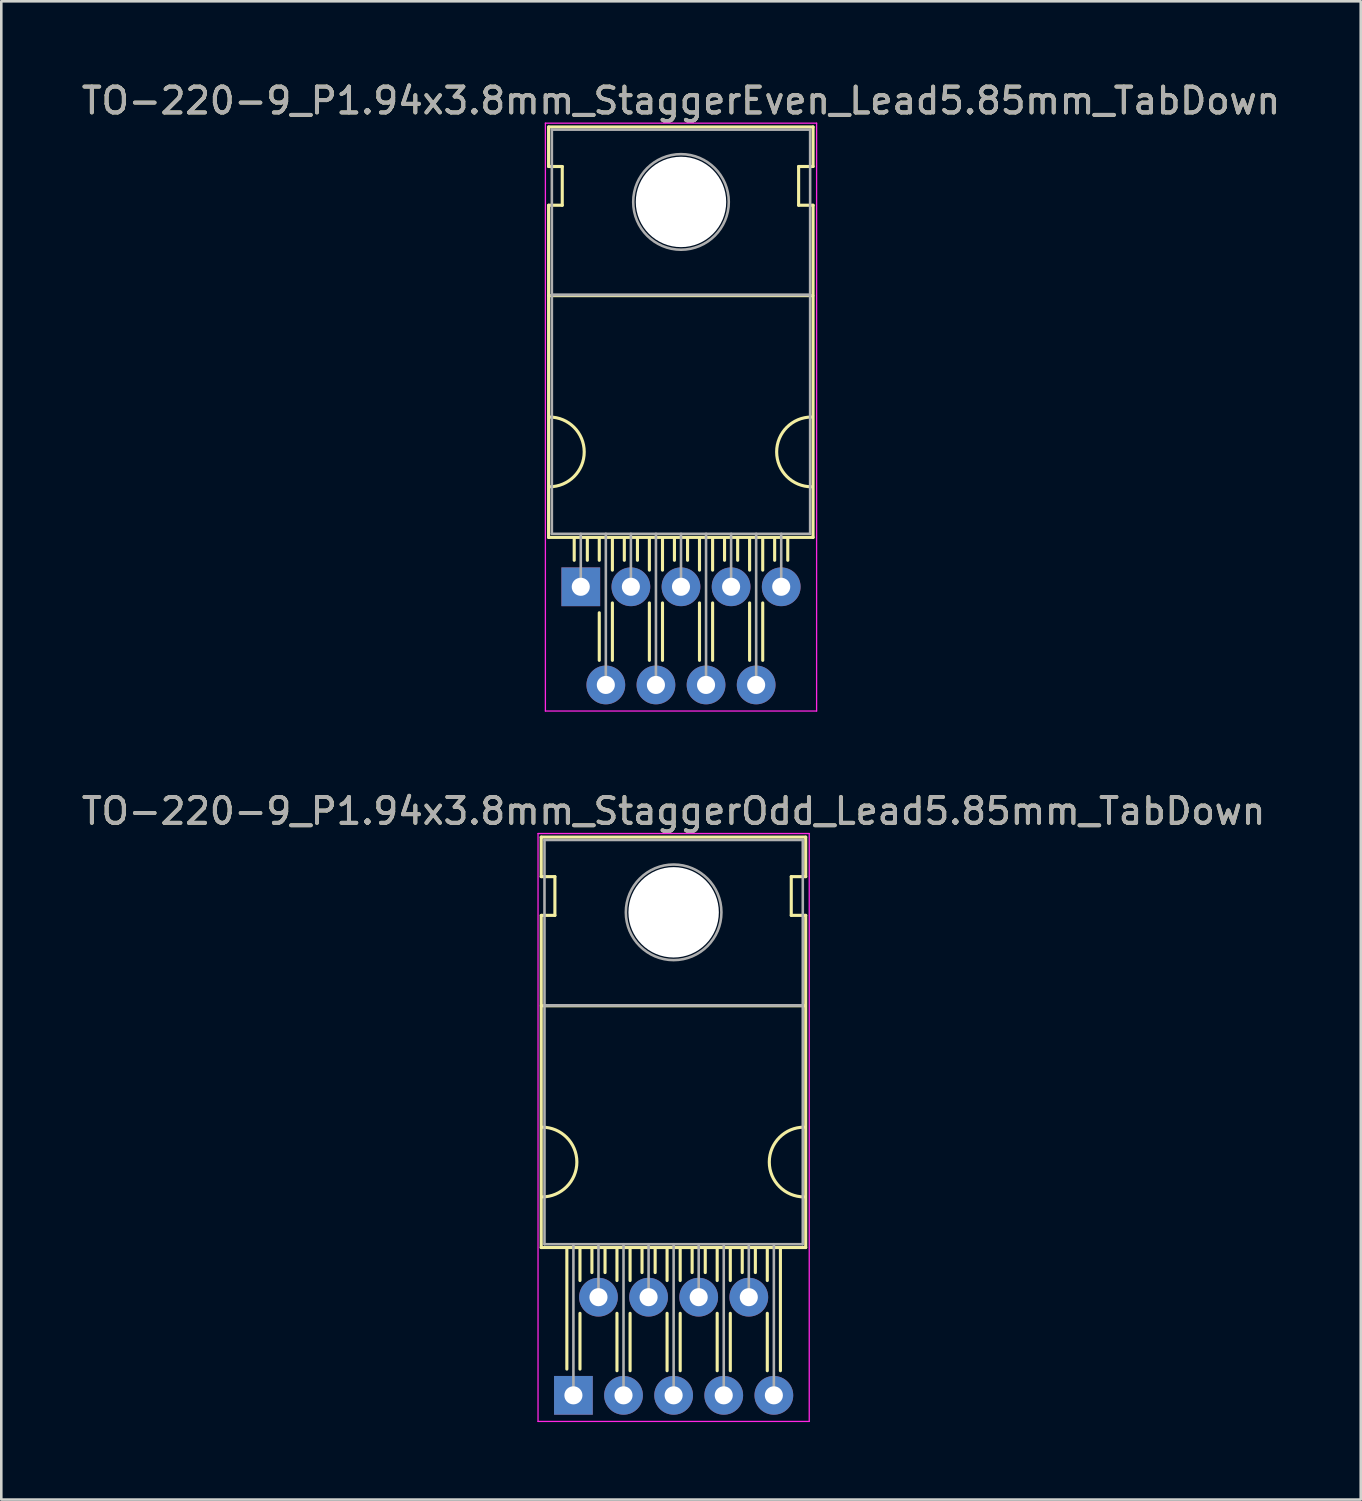
<source format=kicad_pcb>
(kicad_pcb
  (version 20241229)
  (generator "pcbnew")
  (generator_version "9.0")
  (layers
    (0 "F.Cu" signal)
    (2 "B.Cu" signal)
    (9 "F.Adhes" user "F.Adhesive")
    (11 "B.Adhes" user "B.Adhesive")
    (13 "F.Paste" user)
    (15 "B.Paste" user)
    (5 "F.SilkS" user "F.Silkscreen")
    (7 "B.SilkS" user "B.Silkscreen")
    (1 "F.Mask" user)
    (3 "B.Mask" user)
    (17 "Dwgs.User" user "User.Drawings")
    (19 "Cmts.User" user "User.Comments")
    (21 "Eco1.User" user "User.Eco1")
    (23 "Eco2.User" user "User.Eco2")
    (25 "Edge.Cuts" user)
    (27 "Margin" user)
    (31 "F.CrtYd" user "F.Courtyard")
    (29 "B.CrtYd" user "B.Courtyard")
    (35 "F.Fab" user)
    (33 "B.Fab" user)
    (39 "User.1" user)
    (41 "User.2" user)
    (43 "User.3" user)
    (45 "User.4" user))
  (footprint "TO-220-9_P1.94x3.8mm_StaggerOdd_Lead5.85mm_TabDown"
    (layer "F.Cu")
    (at 19.15 50.971)
    (property "Reference" "TO-220-9_P1.94x3.8mm_StaggerOdd_Lead5.85mm_TabDown" (at 3.88 -22.62 0) (layer "F.SilkS") (effects (font (size 1 1) (thickness 0.15))))
    (attr through_hole)
    (fp_line (start -1.246 -21.612) (end -1.246 -20.082) (stroke (width 0.12) (type solid)) (layer "F.SilkS"))
    (fp_line (start -1.246 -21.612) (end 8.993 -21.612) (stroke (width 0.12) (type solid)) (layer "F.SilkS"))
    (fp_line (start -1.246 -20.082) (end -0.717 -20.082) (stroke (width 0.12) (type solid)) (layer "F.SilkS"))
    (fp_line (start -1.246 -18.582) (end -1.246 -5.722) (stroke (width 0.12) (type solid)) (layer "F.SilkS"))
    (fp_line (start -1.246 -5.722) (end 8.993 -5.722) (stroke (width 0.12) (type solid)) (layer "F.SilkS"))
    (fp_line (start -1.242 -15.082) (end 8.983 -15.082) (stroke (width 0.12) (type solid)) (layer "F.SilkS"))
    (fp_line (start -0.717 -20.082) (end -0.717 -18.582) (stroke (width 0.12) (type solid)) (layer "F.SilkS"))
    (fp_line (start -0.717 -18.582) (end -1.242 -18.582) (stroke (width 0.12) (type solid)) (layer "F.SilkS"))
    (fp_line (start -0.254 -1.016) (end -0.254 -5.662) (stroke (width 0.12) (type solid)) (layer "F.SilkS"))
    (fp_line (start 0.254 -4.445) (end 0.254 -5.662) (stroke (width 0.12) (type solid)) (layer "F.SilkS"))
    (fp_line (start 0.254 -1.016) (end 0.254 -3.175) (stroke (width 0.12) (type solid)) (layer "F.SilkS"))
    (fp_line (start 0.716 -4.753) (end 0.716 -5.662) (stroke (width 0.12) (type solid)) (layer "F.SilkS"))
    (fp_line (start 1.224 -4.753) (end 1.224 -5.662) (stroke (width 0.12) (type solid)) (layer "F.SilkS"))
    (fp_line (start 1.686 -4.445) (end 1.686 -5.662) (stroke (width 0.12) (type solid)) (layer "F.SilkS"))
    (fp_line (start 1.686 -0.953) (end 1.686 -3.175) (stroke (width 0.12) (type solid)) (layer "F.SilkS"))
    (fp_line (start 2.194 -4.445) (end 2.194 -5.662) (stroke (width 0.12) (type solid)) (layer "F.SilkS"))
    (fp_line (start 2.194 -0.953) (end 2.194 -3.175) (stroke (width 0.12) (type solid)) (layer "F.SilkS"))
    (fp_line (start 2.656 -4.753) (end 2.656 -5.662) (stroke (width 0.12) (type solid)) (layer "F.SilkS"))
    (fp_line (start 3.164 -4.753) (end 3.164 -5.662) (stroke (width 0.12) (type solid)) (layer "F.SilkS"))
    (fp_line (start 3.626 -4.445) (end 3.626 -5.662) (stroke (width 0.12) (type solid)) (layer "F.SilkS"))
    (fp_line (start 3.626 -0.953) (end 3.626 -3.175) (stroke (width 0.12) (type solid)) (layer "F.SilkS"))
    (fp_line (start 4.134 -4.445) (end 4.134 -5.662) (stroke (width 0.12) (type solid)) (layer "F.SilkS"))
    (fp_line (start 4.134 -0.953) (end 4.134 -3.175) (stroke (width 0.12) (type solid)) (layer "F.SilkS"))
    (fp_line (start 4.596 -4.753) (end 4.596 -5.662) (stroke (width 0.12) (type solid)) (layer "F.SilkS"))
    (fp_line (start 5.104 -4.753) (end 5.104 -5.662) (stroke (width 0.12) (type solid)) (layer "F.SilkS"))
    (fp_line (start 5.566 -4.445) (end 5.566 -5.662) (stroke (width 0.12) (type solid)) (layer "F.SilkS"))
    (fp_line (start 5.566 -0.953) (end 5.566 -3.175) (stroke (width 0.12) (type solid)) (layer "F.SilkS"))
    (fp_line (start 6.074 -4.445) (end 6.074 -5.662) (stroke (width 0.12) (type solid)) (layer "F.SilkS"))
    (fp_line (start 6.074 -0.953) (end 6.074 -3.175) (stroke (width 0.12) (type solid)) (layer "F.SilkS"))
    (fp_line (start 6.536 -4.753) (end 6.536 -5.662) (stroke (width 0.12) (type solid)) (layer "F.SilkS"))
    (fp_line (start 7.044 -4.753) (end 7.044 -5.662) (stroke (width 0.12) (type solid)) (layer "F.SilkS"))
    (fp_line (start 7.506 -4.445) (end 7.506 -5.662) (stroke (width 0.12) (type solid)) (layer "F.SilkS"))
    (fp_line (start 7.506 -0.953) (end 7.506 -3.175) (stroke (width 0.12) (type solid)) (layer "F.SilkS"))
    (fp_line (start 8.014 -0.953) (end 8.014 -5.662) (stroke (width 0.12) (type solid)) (layer "F.SilkS"))
    (fp_line (start 8.434 -20.082) (end 8.993 -20.082) (stroke (width 0.12) (type solid)) (layer "F.SilkS"))
    (fp_line (start 8.434 -18.582) (end 8.434 -20.082) (stroke (width 0.12) (type solid)) (layer "F.SilkS"))
    (fp_line (start 8.993 -21.612) (end 8.993 -20.082) (stroke (width 0.12) (type solid)) (layer "F.SilkS"))
    (fp_line (start 8.993 -18.582) (end 8.434 -18.582) (stroke (width 0.12) (type solid)) (layer "F.SilkS"))
    (fp_line (start 8.993 -18.582) (end 8.993 -5.722) (stroke (width 0.12) (type solid)) (layer "F.SilkS"))
    (fp_arc (start -1.2165 -10.382) (mid 0.1335 -9.032) (end -1.2165 -7.682) (stroke (width 0.12) (type solid)) (layer "F.SilkS"))
    (fp_arc (start 8.9335 -7.682) (mid 7.5835 -9.032) (end 8.9335 -10.382) (stroke (width 0.12) (type solid)) (layer "F.SilkS"))
    (fp_line (start -1.37 -21.75) (end -1.37 1.01) (stroke (width 0.05) (type solid)) (layer "F.CrtYd"))
    (fp_line (start -1.37 1.01) (end 9.13 1.01) (stroke (width 0.05) (type solid)) (layer "F.CrtYd"))
    (fp_line (start 9.13 -21.75) (end -1.37 -21.75) (stroke (width 0.05) (type solid)) (layer "F.CrtYd"))
    (fp_line (start 9.13 1.01) (end 9.13 -21.75) (stroke (width 0.05) (type solid)) (layer "F.CrtYd"))
    (fp_line (start -1.12 -21.5) (end 8.88 -21.5) (stroke (width 0.1) (type solid)) (layer "F.Fab"))
    (fp_line (start -1.12 -15.1) (end -1.12 -21.5) (stroke (width 0.1) (type solid)) (layer "F.Fab"))
    (fp_line (start -1.12 -15.1) (end 8.88 -15.1) (stroke (width 0.1) (type solid)) (layer "F.Fab"))
    (fp_line (start -1.12 -5.85) (end -1.12 -15.1) (stroke (width 0.1) (type solid)) (layer "F.Fab"))
    (fp_line (start 0 -5.85) (end 0 0) (stroke (width 0.1) (type solid)) (layer "F.Fab"))
    (fp_line (start 0.97 -5.85) (end 0.97 -3.8) (stroke (width 0.1) (type solid)) (layer "F.Fab"))
    (fp_line (start 1.94 -5.85) (end 1.94 0) (stroke (width 0.1) (type solid)) (layer "F.Fab"))
    (fp_line (start 2.91 -5.85) (end 2.91 -3.8) (stroke (width 0.1) (type solid)) (layer "F.Fab"))
    (fp_line (start 3.88 -5.85) (end 3.88 0) (stroke (width 0.1) (type solid)) (layer "F.Fab"))
    (fp_line (start 4.85 -5.85) (end 4.85 -3.8) (stroke (width 0.1) (type solid)) (layer "F.Fab"))
    (fp_line (start 5.82 -5.85) (end 5.82 0) (stroke (width 0.1) (type solid)) (layer "F.Fab"))
    (fp_line (start 6.79 -5.85) (end 6.79 -3.8) (stroke (width 0.1) (type solid)) (layer "F.Fab"))
    (fp_line (start 7.76 -5.85) (end 7.76 0) (stroke (width 0.1) (type solid)) (layer "F.Fab"))
    (fp_line (start 8.88 -21.5) (end 8.88 -15.1) (stroke (width 0.1) (type solid)) (layer "F.Fab"))
    (fp_line (start 8.88 -15.1) (end -1.12 -15.1) (stroke (width 0.1) (type solid)) (layer "F.Fab"))
    (fp_line (start 8.88 -15.1) (end 8.88 -5.85) (stroke (width 0.1) (type solid)) (layer "F.Fab"))
    (fp_line (start 8.88 -5.85) (end -1.12 -5.85) (stroke (width 0.1) (type solid)) (layer "F.Fab"))
    (fp_circle (center 3.88 -18.7) (end 5.73 -18.7) (stroke (width 0.1) (type solid)) (fill no) (layer "F.Fab"))
    (fp_text user "${REFERENCE}" (at 3.88 -22.62 0) (layer "F.Fab") (effects (font (size 1 1) (thickness 0.15))))
    (pad "" np_thru_hole oval (at 3.88 -18.7) (size 3.5 3.5) (drill 3.5) (layers "*.Cu" "*.Mask"))
    (pad "1" thru_hole rect (at 0 0) (size 1.5 1.5) (drill 0.7) (layers "*.Cu" "*.Mask"))
    (pad "2" thru_hole oval (at 0.97 -3.8) (size 1.5 1.5) (drill 0.7) (layers "*.Cu" "*.Mask"))
    (pad "3" thru_hole oval (at 1.94 0) (size 1.5 1.5) (drill 0.7) (layers "*.Cu" "*.Mask"))
    (pad "4" thru_hole oval (at 2.91 -3.8) (size 1.5 1.5) (drill 0.7) (layers "*.Cu" "*.Mask"))
    (pad "5" thru_hole oval (at 3.88 0) (size 1.5 1.5) (drill 0.7) (layers "*.Cu" "*.Mask"))
    (pad "6" thru_hole oval (at 4.85 -3.8) (size 1.5 1.5) (drill 0.7) (layers "*.Cu" "*.Mask"))
    (pad "7" thru_hole oval (at 5.82 0) (size 1.5 1.5) (drill 0.7) (layers "*.Cu" "*.Mask"))
    (pad "8" thru_hole oval (at 6.79 -3.8) (size 1.5 1.5) (drill 0.7) (layers "*.Cu" "*.Mask"))
    (pad "9" thru_hole oval (at 7.76 0) (size 1.5 1.5) (drill 0.7) (layers "*.Cu" "*.Mask")))
  (footprint "TO-220-9_P1.94x3.8mm_StaggerEven_Lead5.85mm_TabDown"
    (layer "F.Cu")
    (at 19.435 19.668)
    (property "Reference" "TO-220-9_P1.94x3.8mm_StaggerEven_Lead5.85mm_TabDown" (at 3.88 -18.82 0) (layer "F.SilkS") (effects (font (size 1 1) (thickness 0.15))))
    (attr through_hole)
    (fp_line (start -1.246 -17.802) (end -1.246 -16.272) (stroke (width 0.12) (type solid)) (layer "F.SilkS"))
    (fp_line (start -1.246 -17.802) (end 8.993 -17.802) (stroke (width 0.12) (type solid)) (layer "F.SilkS"))
    (fp_line (start -1.246 -16.272) (end -0.717 -16.272) (stroke (width 0.12) (type solid)) (layer "F.SilkS"))
    (fp_line (start -1.246 -14.772) (end -1.246 -1.912) (stroke (width 0.12) (type solid)) (layer "F.SilkS"))
    (fp_line (start -1.246 -1.912) (end 8.993 -1.912) (stroke (width 0.12) (type solid)) (layer "F.SilkS"))
    (fp_line (start -1.242 -11.272) (end 8.983 -11.272) (stroke (width 0.12) (type solid)) (layer "F.SilkS"))
    (fp_line (start -0.717 -16.272) (end -0.717 -14.772) (stroke (width 0.12) (type solid)) (layer "F.SilkS"))
    (fp_line (start -0.717 -14.772) (end -1.242 -14.772) (stroke (width 0.12) (type solid)) (layer "F.SilkS"))
    (fp_line (start -0.254 -1.026) (end -0.254 -1.851) (stroke (width 0.12) (type solid)) (layer "F.SilkS"))
    (fp_line (start 0.254 -1.026) (end 0.254 -1.851) (stroke (width 0.12) (type solid)) (layer "F.SilkS"))
    (fp_line (start 0.716 -1.026) (end 0.716 -1.851) (stroke (width 0.12) (type solid)) (layer "F.SilkS"))
    (fp_line (start 0.716 2.848) (end 0.716 1.006) (stroke (width 0.12) (type solid)) (layer "F.SilkS"))
    (fp_line (start 1.224 -0.645) (end 1.224 -1.851) (stroke (width 0.12) (type solid)) (layer "F.SilkS"))
    (fp_line (start 1.224 2.848) (end 1.224 0.625) (stroke (width 0.12) (type solid)) (layer "F.SilkS"))
    (fp_line (start 1.686 -1.026) (end 1.686 -1.851) (stroke (width 0.12) (type solid)) (layer "F.SilkS"))
    (fp_line (start 2.194 -1.026) (end 2.194 -1.851) (stroke (width 0.12) (type solid)) (layer "F.SilkS"))
    (fp_line (start 2.656 -0.645) (end 2.656 -1.851) (stroke (width 0.12) (type solid)) (layer "F.SilkS"))
    (fp_line (start 2.656 2.848) (end 2.656 0.625) (stroke (width 0.12) (type solid)) (layer "F.SilkS"))
    (fp_line (start 3.164 -0.645) (end 3.164 -1.851) (stroke (width 0.12) (type solid)) (layer "F.SilkS"))
    (fp_line (start 3.164 2.848) (end 3.164 0.625) (stroke (width 0.12) (type solid)) (layer "F.SilkS"))
    (fp_line (start 3.626 -1.026) (end 3.626 -1.851) (stroke (width 0.12) (type solid)) (layer "F.SilkS"))
    (fp_line (start 4.134 -1.026) (end 4.134 -1.851) (stroke (width 0.12) (type solid)) (layer "F.SilkS"))
    (fp_line (start 4.596 -0.645) (end 4.596 -1.851) (stroke (width 0.12) (type solid)) (layer "F.SilkS"))
    (fp_line (start 4.596 2.848) (end 4.596 0.625) (stroke (width 0.12) (type solid)) (layer "F.SilkS"))
    (fp_line (start 5.104 -0.645) (end 5.104 -1.851) (stroke (width 0.12) (type solid)) (layer "F.SilkS"))
    (fp_line (start 5.104 2.848) (end 5.104 0.625) (stroke (width 0.12) (type solid)) (layer "F.SilkS"))
    (fp_line (start 5.566 -1.026) (end 5.566 -1.851) (stroke (width 0.12) (type solid)) (layer "F.SilkS"))
    (fp_line (start 6.074 -1.026) (end 6.074 -1.851) (stroke (width 0.12) (type solid)) (layer "F.SilkS"))
    (fp_line (start 6.536 -0.645) (end 6.536 -1.851) (stroke (width 0.12) (type solid)) (layer "F.SilkS"))
    (fp_line (start 6.536 2.848) (end 6.536 0.625) (stroke (width 0.12) (type solid)) (layer "F.SilkS"))
    (fp_line (start 7.044 -0.645) (end 7.044 -1.851) (stroke (width 0.12) (type solid)) (layer "F.SilkS"))
    (fp_line (start 7.044 2.848) (end 7.044 0.625) (stroke (width 0.12) (type solid)) (layer "F.SilkS"))
    (fp_line (start 7.506 -1.026) (end 7.506 -1.851) (stroke (width 0.12) (type solid)) (layer "F.SilkS"))
    (fp_line (start 8.014 -1.026) (end 8.014 -1.851) (stroke (width 0.12) (type solid)) (layer "F.SilkS"))
    (fp_line (start 8.434 -16.272) (end 8.993 -16.272) (stroke (width 0.12) (type solid)) (layer "F.SilkS"))
    (fp_line (start 8.434 -14.772) (end 8.434 -16.272) (stroke (width 0.12) (type solid)) (layer "F.SilkS"))
    (fp_line (start 8.993 -17.802) (end 8.993 -16.272) (stroke (width 0.12) (type solid)) (layer "F.SilkS"))
    (fp_line (start 8.993 -14.772) (end 8.434 -14.772) (stroke (width 0.12) (type solid)) (layer "F.SilkS"))
    (fp_line (start 8.993 -14.772) (end 8.993 -1.912) (stroke (width 0.12) (type solid)) (layer "F.SilkS"))
    (fp_arc (start -1.2165 -6.572) (mid 0.1335 -5.222) (end -1.2165 -3.872) (stroke (width 0.12) (type solid)) (layer "F.SilkS"))
    (fp_arc (start 8.9335 -3.872) (mid 7.5835 -5.222) (end 8.9335 -6.572) (stroke (width 0.12) (type solid)) (layer "F.SilkS"))
    (fp_line (start -1.37 -17.95) (end -1.37 4.81) (stroke (width 0.05) (type solid)) (layer "F.CrtYd"))
    (fp_line (start -1.37 4.81) (end 9.13 4.81) (stroke (width 0.05) (type solid)) (layer "F.CrtYd"))
    (fp_line (start 9.13 -17.95) (end -1.37 -17.95) (stroke (width 0.05) (type solid)) (layer "F.CrtYd"))
    (fp_line (start 9.13 4.81) (end 9.13 -17.95) (stroke (width 0.05) (type solid)) (layer "F.CrtYd"))
    (fp_line (start -1.12 -17.7) (end 8.88 -17.7) (stroke (width 0.1) (type solid)) (layer "F.Fab"))
    (fp_line (start -1.12 -11.3) (end -1.12 -17.7) (stroke (width 0.1) (type solid)) (layer "F.Fab"))
    (fp_line (start -1.12 -11.3) (end 8.88 -11.3) (stroke (width 0.1) (type solid)) (layer "F.Fab"))
    (fp_line (start -1.12 -2.05) (end -1.12 -11.3) (stroke (width 0.1) (type solid)) (layer "F.Fab"))
    (fp_line (start 0 -2.05) (end 0 0) (stroke (width 0.1) (type solid)) (layer "F.Fab"))
    (fp_line (start 0.97 -2.05) (end 0.97 3.8) (stroke (width 0.1) (type solid)) (layer "F.Fab"))
    (fp_line (start 1.94 -2.05) (end 1.94 0) (stroke (width 0.1) (type solid)) (layer "F.Fab"))
    (fp_line (start 2.91 -2.05) (end 2.91 3.8) (stroke (width 0.1) (type solid)) (layer "F.Fab"))
    (fp_line (start 3.88 -2.05) (end 3.88 0) (stroke (width 0.1) (type solid)) (layer "F.Fab"))
    (fp_line (start 4.85 -2.05) (end 4.85 3.8) (stroke (width 0.1) (type solid)) (layer "F.Fab"))
    (fp_line (start 5.82 -2.05) (end 5.82 0) (stroke (width 0.1) (type solid)) (layer "F.Fab"))
    (fp_line (start 6.79 -2.05) (end 6.79 3.8) (stroke (width 0.1) (type solid)) (layer "F.Fab"))
    (fp_line (start 7.76 -2.05) (end 7.76 0) (stroke (width 0.1) (type solid)) (layer "F.Fab"))
    (fp_line (start 8.88 -17.7) (end 8.88 -11.3) (stroke (width 0.1) (type solid)) (layer "F.Fab"))
    (fp_line (start 8.88 -11.3) (end -1.12 -11.3) (stroke (width 0.1) (type solid)) (layer "F.Fab"))
    (fp_line (start 8.88 -11.3) (end 8.88 -2.05) (stroke (width 0.1) (type solid)) (layer "F.Fab"))
    (fp_line (start 8.88 -2.05) (end -1.12 -2.05) (stroke (width 0.1) (type solid)) (layer "F.Fab"))
    (fp_circle (center 3.88 -14.9) (end 5.73 -14.9) (stroke (width 0.1) (type solid)) (fill no) (layer "F.Fab"))
    (fp_text user "${REFERENCE}" (at 3.88 -18.82 0) (layer "F.Fab") (effects (font (size 1 1) (thickness 0.15))))
    (pad "" np_thru_hole oval (at 3.88 -14.9) (size 3.5 3.5) (drill 3.5) (layers "*.Cu" "*.Mask"))
    (pad "1" thru_hole rect (at 0 0) (size 1.5 1.5) (drill 0.7) (layers "*.Cu" "*.Mask"))
    (pad "2" thru_hole oval (at 0.97 3.8) (size 1.5 1.5) (drill 0.7) (layers "*.Cu" "*.Mask"))
    (pad "3" thru_hole oval (at 1.94 0) (size 1.5 1.5) (drill 0.7) (layers "*.Cu" "*.Mask"))
    (pad "4" thru_hole oval (at 2.91 3.8) (size 1.5 1.5) (drill 0.7) (layers "*.Cu" "*.Mask"))
    (pad "5" thru_hole oval (at 3.88 0) (size 1.5 1.5) (drill 0.7) (layers "*.Cu" "*.Mask"))
    (pad "6" thru_hole oval (at 4.85 3.8) (size 1.5 1.5) (drill 0.7) (layers "*.Cu" "*.Mask"))
    (pad "7" thru_hole oval (at 5.82 0) (size 1.5 1.5) (drill 0.7) (layers "*.Cu" "*.Mask"))
    (pad "8" thru_hole oval (at 6.79 3.8) (size 1.5 1.5) (drill 0.7) (layers "*.Cu" "*.Mask"))
    (pad "9" thru_hole oval (at 7.76 0) (size 1.5 1.5) (drill 0.7) (layers "*.Cu" "*.Mask")))
  (gr_rect
    (start -3 -3)
    (end 49.631 55.007)
    (stroke (width 0.1) (type default))
    (fill no)
    (layer "Edge.Cuts")))
</source>
